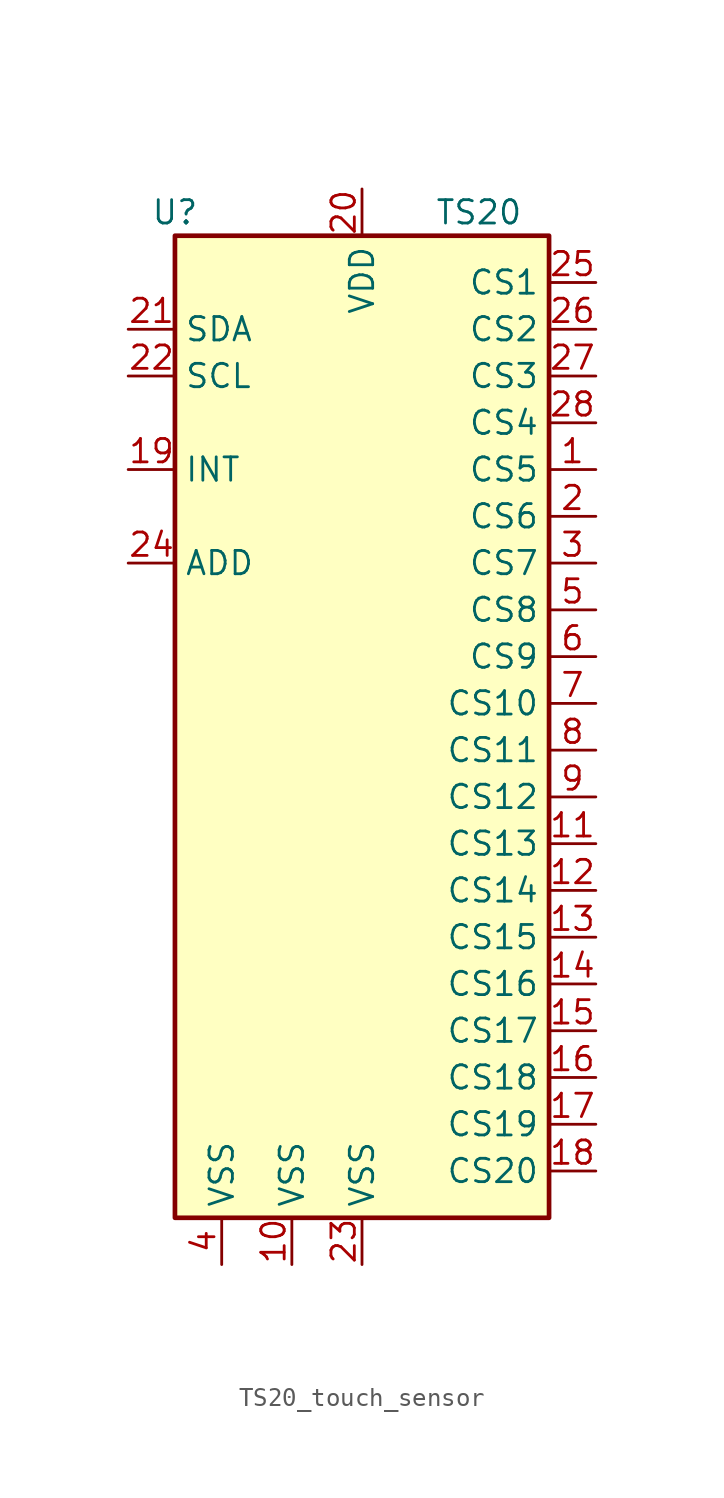
<source format=kicad_sym>
(kicad_symbol_lib
  (version 20231120)
  (generator "kicad_symbol_editor")
  (generator_version "8.0")
  (symbol "TS20_touch_sensor"
    (property "Reference" "U"
      (at -10.16 27.94 0)
      (effects (font (size 1.27 1.27))))
    (property "Value" "TS20"
      (at 6.35 27.94 0)
      (effects (font (size 1.27 1.27))))
    (symbol "TS20_touch_sensor_0_1"
      (rectangle (start -10.16 26.67) (end 10.16 -26.67) (stroke (width 0.254) (type default)) (fill (type background))))
    (symbol "TS20_touch_sensor_1_1"
      (pin passive line (at 12.7 13.97 180) (length 2.54) (name "CS5" (effects (font (size 1.27 1.27)))) (number "1" (effects (font (size 1.27 1.27)))))
      (pin power_in line (at -3.81 -29.21 90) (length 2.54) (name "VSS" (effects (font (size 1.27 1.27)))) (number "10" (effects (font (size 1.27 1.27)))))
      (pin passive line (at 12.7 -6.35 180) (length 2.54) (name "CS13" (effects (font (size 1.27 1.27)))) (number "11" (effects (font (size 1.27 1.27)))))
      (pin passive line (at 12.7 -8.89 180) (length 2.54) (name "CS14" (effects (font (size 1.27 1.27)))) (number "12" (effects (font (size 1.27 1.27)))))
      (pin passive line (at 12.7 -11.43 180) (length 2.54) (name "CS15" (effects (font (size 1.27 1.27)))) (number "13" (effects (font (size 1.27 1.27)))))
      (pin passive line (at 12.7 -13.97 180) (length 2.54) (name "CS16" (effects (font (size 1.27 1.27)))) (number "14" (effects (font (size 1.27 1.27)))))
      (pin passive line (at 12.7 -16.51 180) (length 2.54) (name "CS17" (effects (font (size 1.27 1.27)))) (number "15" (effects (font (size 1.27 1.27)))))
      (pin passive line (at 12.7 -19.05 180) (length 2.54) (name "CS18" (effects (font (size 1.27 1.27)))) (number "16" (effects (font (size 1.27 1.27)))))
      (pin passive line (at 12.7 -21.59 180) (length 2.54) (name "CS19" (effects (font (size 1.27 1.27)))) (number "17" (effects (font (size 1.27 1.27)))))
      (pin passive line (at 12.7 -24.13 180) (length 2.54) (name "CS20" (effects (font (size 1.27 1.27)))) (number "18" (effects (font (size 1.27 1.27)))))
      (pin open_collector line (at -12.7 13.97 0) (length 2.54) (name "INT" (effects (font (size 1.27 1.27)))) (number "19" (effects (font (size 1.27 1.27)))))
      (pin passive line (at 12.7 11.43 180) (length 2.54) (name "CS6" (effects (font (size 1.27 1.27)))) (number "2" (effects (font (size 1.27 1.27)))))
      (pin power_in line (at 0 29.21 270) (length 2.54) (name "VDD" (effects (font (size 1.27 1.27)))) (number "20" (effects (font (size 1.27 1.27)))))
      (pin bidirectional line (at -12.7 21.59 0) (length 2.54) (name "SDA" (effects (font (size 1.27 1.27)))) (number "21" (effects (font (size 1.27 1.27)))))
      (pin input line (at -12.7 19.05 0) (length 2.54) (name "SCL" (effects (font (size 1.27 1.27)))) (number "22" (effects (font (size 1.27 1.27)))))
      (pin power_in line (at 0 -29.21 90) (length 2.54) (name "VSS" (effects (font (size 1.27 1.27)))) (number "23" (effects (font (size 1.27 1.27)))))
      (pin input line (at -12.7 8.89 0) (length 2.54) (name "ADD" (effects (font (size 1.27 1.27)))) (number "24" (effects (font (size 1.27 1.27)))))
      (pin passive line (at 12.7 24.13 180) (length 2.54) (name "CS1" (effects (font (size 1.27 1.27)))) (number "25" (effects (font (size 1.27 1.27)))))
      (pin passive line (at 12.7 21.59 180) (length 2.54) (name "CS2" (effects (font (size 1.27 1.27)))) (number "26" (effects (font (size 1.27 1.27)))))
      (pin passive line (at 12.7 19.05 180) (length 2.54) (name "CS3" (effects (font (size 1.27 1.27)))) (number "27" (effects (font (size 1.27 1.27)))))
      (pin passive line (at 12.7 16.51 180) (length 2.54) (name "CS4" (effects (font (size 1.27 1.27)))) (number "28" (effects (font (size 1.27 1.27)))))
      (pin passive line (at 12.7 8.89 180) (length 2.54) (name "CS7" (effects (font (size 1.27 1.27)))) (number "3" (effects (font (size 1.27 1.27)))))
      (pin power_in line (at -7.62 -29.21 90) (length 2.54) (name "VSS" (effects (font (size 1.27 1.27)))) (number "4" (effects (font (size 1.27 1.27)))))
      (pin passive line (at 12.7 6.35 180) (length 2.54) (name "CS8" (effects (font (size 1.27 1.27)))) (number "5" (effects (font (size 1.27 1.27)))))
      (pin passive line (at 12.7 3.81 180) (length 2.54) (name "CS9" (effects (font (size 1.27 1.27)))) (number "6" (effects (font (size 1.27 1.27)))))
      (pin passive line (at 12.7 1.27 180) (length 2.54) (name "CS10" (effects (font (size 1.27 1.27)))) (number "7" (effects (font (size 1.27 1.27)))))
      (pin passive line (at 12.7 -1.27 180) (length 2.54) (name "CS11" (effects (font (size 1.27 1.27)))) (number "8" (effects (font (size 1.27 1.27)))))
      (pin passive line (at 12.7 -3.81 180) (length 2.54) (name "CS12" (effects (font (size 1.27 1.27)))) (number "9" (effects (font (size 1.27 1.27))))))))
</source>
